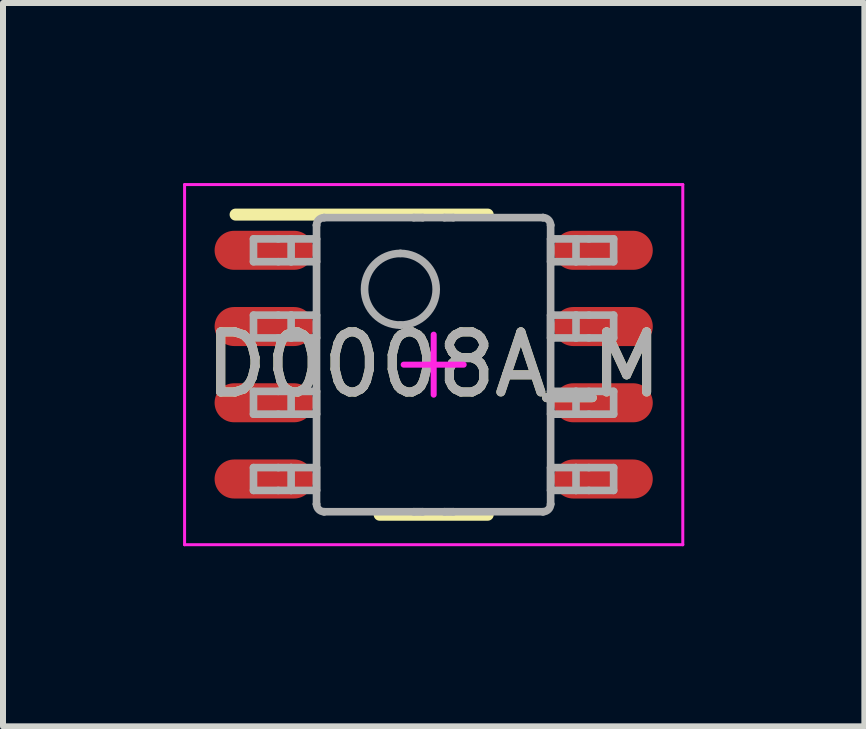
<source format=kicad_pcb>
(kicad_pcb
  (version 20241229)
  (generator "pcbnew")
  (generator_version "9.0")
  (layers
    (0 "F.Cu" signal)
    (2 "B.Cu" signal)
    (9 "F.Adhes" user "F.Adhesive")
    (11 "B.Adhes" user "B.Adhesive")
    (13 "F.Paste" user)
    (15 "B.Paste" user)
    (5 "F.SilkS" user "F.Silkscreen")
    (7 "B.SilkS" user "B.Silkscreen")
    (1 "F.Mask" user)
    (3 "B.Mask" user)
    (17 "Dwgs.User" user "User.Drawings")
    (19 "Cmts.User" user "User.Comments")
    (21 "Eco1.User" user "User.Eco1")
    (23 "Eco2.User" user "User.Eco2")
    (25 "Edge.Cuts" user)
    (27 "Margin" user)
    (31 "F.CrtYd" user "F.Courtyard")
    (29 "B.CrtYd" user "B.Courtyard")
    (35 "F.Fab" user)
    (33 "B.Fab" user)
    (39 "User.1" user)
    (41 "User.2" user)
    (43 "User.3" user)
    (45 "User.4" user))
  (footprint "D0008A_M"
    (layer "F.Cu")
    (at 4.175 3.025)
    (property "Reference" "D0008A_M" (at 0 0 0) (unlocked yes) (layer "F.SilkS") (effects (font (size 1 1) (thickness 0.15))))
    (attr smd)
    (fp_line (start -3.3 -2.5) (end 0.9 -2.5) (stroke (width 0.2) (type solid)) (layer "F.SilkS"))
    (fp_line (start -0.9 2.5) (end 0.9 2.5) (stroke (width 0.2) (type solid)) (layer "F.SilkS"))
    (fp_line (start -4.15 -3) (end 4.15 -3) (stroke (width 0.05) (type solid)) (layer "F.CrtYd"))
    (fp_line (start -4.15 3) (end -4.15 -3) (stroke (width 0.05) (type solid)) (layer "F.CrtYd"))
    (fp_line (start -4.15 3) (end 4.15 3) (stroke (width 0.05) (type solid)) (layer "F.CrtYd"))
    (fp_line (start -0.5 0) (end 0.5 0) (stroke (width 0.1) (type solid)) (layer "F.CrtYd"))
    (fp_line (start 0 0.5) (end 0 -0.5) (stroke (width 0.1) (type solid)) (layer "F.CrtYd"))
    (fp_line (start 4.15 3) (end 4.15 -3) (stroke (width 0.05) (type solid)) (layer "F.CrtYd"))
    (fp_line (start -3.002 -2.095) (end -2.589 -2.095) (stroke (width 0.127) (type solid)) (layer "F.Fab"))
    (fp_line (start -3.002 -1.715) (end -3.002 -2.095) (stroke (width 0.127) (type solid)) (layer "F.Fab"))
    (fp_line (start -3.002 -1.715) (end -2.589 -1.715) (stroke (width 0.127) (type solid)) (layer "F.Fab"))
    (fp_line (start -3.002 -0.825) (end -2.589 -0.825) (stroke (width 0.127) (type solid)) (layer "F.Fab"))
    (fp_line (start -3.002 -0.445) (end -3.002 -0.825) (stroke (width 0.127) (type solid)) (layer "F.Fab"))
    (fp_line (start -3.002 -0.445) (end -2.589 -0.445) (stroke (width 0.127) (type solid)) (layer "F.Fab"))
    (fp_line (start -3.002 0.445) (end -2.589 0.445) (stroke (width 0.127) (type solid)) (layer "F.Fab"))
    (fp_line (start -3.002 0.825) (end -3.002 0.445) (stroke (width 0.127) (type solid)) (layer "F.Fab"))
    (fp_line (start -3.002 0.825) (end -2.589 0.825) (stroke (width 0.127) (type solid)) (layer "F.Fab"))
    (fp_line (start -3.002 1.715) (end -2.589 1.715) (stroke (width 0.127) (type solid)) (layer "F.Fab"))
    (fp_line (start -3.002 2.095) (end -3.002 1.715) (stroke (width 0.127) (type solid)) (layer "F.Fab"))
    (fp_line (start -3.002 2.095) (end -2.589 2.095) (stroke (width 0.127) (type solid)) (layer "F.Fab"))
    (fp_line (start -2.589 -2.095) (end -2.375 -2.095) (stroke (width 0.127) (type solid)) (layer "F.Fab"))
    (fp_line (start -2.589 -1.715) (end -2.375 -1.715) (stroke (width 0.127) (type solid)) (layer "F.Fab"))
    (fp_line (start -2.589 -0.825) (end -2.375 -0.825) (stroke (width 0.127) (type solid)) (layer "F.Fab"))
    (fp_line (start -2.589 -0.445) (end -2.375 -0.445) (stroke (width 0.127) (type solid)) (layer "F.Fab"))
    (fp_line (start -2.589 0.445) (end -2.375 0.445) (stroke (width 0.127) (type solid)) (layer "F.Fab"))
    (fp_line (start -2.589 0.825) (end -2.375 0.825) (stroke (width 0.127) (type solid)) (layer "F.Fab"))
    (fp_line (start -2.589 1.715) (end -2.375 1.715) (stroke (width 0.127) (type solid)) (layer "F.Fab"))
    (fp_line (start -2.589 2.095) (end -2.375 2.095) (stroke (width 0.127) (type solid)) (layer "F.Fab"))
    (fp_line (start -2.375 -2.095) (end -1.995 -2.095) (stroke (width 0.127) (type solid)) (layer "F.Fab"))
    (fp_line (start -2.375 -1.715) (end -2.375 -2.095) (stroke (width 0.127) (type solid)) (layer "F.Fab"))
    (fp_line (start -2.375 -1.715) (end -1.995 -1.715) (stroke (width 0.127) (type solid)) (layer "F.Fab"))
    (fp_line (start -2.375 -0.825) (end -1.995 -0.825) (stroke (width 0.127) (type solid)) (layer "F.Fab"))
    (fp_line (start -2.375 -0.445) (end -2.375 -0.825) (stroke (width 0.127) (type solid)) (layer "F.Fab"))
    (fp_line (start -2.375 -0.445) (end -1.995 -0.445) (stroke (width 0.127) (type solid)) (layer "F.Fab"))
    (fp_line (start -2.375 0.445) (end -1.995 0.445) (stroke (width 0.127) (type solid)) (layer "F.Fab"))
    (fp_line (start -2.375 0.825) (end -2.375 0.445) (stroke (width 0.127) (type solid)) (layer "F.Fab"))
    (fp_line (start -2.375 0.825) (end -1.995 0.825) (stroke (width 0.127) (type solid)) (layer "F.Fab"))
    (fp_line (start -2.375 1.715) (end -1.995 1.715) (stroke (width 0.127) (type solid)) (layer "F.Fab"))
    (fp_line (start -2.375 2.095) (end -2.375 1.715) (stroke (width 0.127) (type solid)) (layer "F.Fab"))
    (fp_line (start -2.375 2.095) (end -1.995 2.095) (stroke (width 0.127) (type solid)) (layer "F.Fab"))
    (fp_line (start -1.995 -2.095) (end -1.952 -2.095) (stroke (width 0.127) (type solid)) (layer "F.Fab"))
    (fp_line (start -1.995 -1.715) (end -1.952 -1.715) (stroke (width 0.127) (type solid)) (layer "F.Fab"))
    (fp_line (start -1.995 -0.825) (end -1.952 -0.825) (stroke (width 0.127) (type solid)) (layer "F.Fab"))
    (fp_line (start -1.995 -0.445) (end -1.952 -0.445) (stroke (width 0.127) (type solid)) (layer "F.Fab"))
    (fp_line (start -1.995 0.445) (end -1.952 0.445) (stroke (width 0.127) (type solid)) (layer "F.Fab"))
    (fp_line (start -1.995 0.825) (end -1.952 0.825) (stroke (width 0.127) (type solid)) (layer "F.Fab"))
    (fp_line (start -1.995 1.715) (end -1.952 1.715) (stroke (width 0.127) (type solid)) (layer "F.Fab"))
    (fp_line (start -1.995 2.095) (end -1.952 2.095) (stroke (width 0.127) (type solid)) (layer "F.Fab"))
    (fp_line (start -1.952 -2.323) (end -1.952 -2.324) (stroke (width 0.127) (type solid)) (layer "F.Fab"))
    (fp_line (start -1.952 -1.715) (end -1.952 -2.095) (stroke (width 0.127) (type solid)) (layer "F.Fab"))
    (fp_line (start -1.952 -0.445) (end -1.952 -0.825) (stroke (width 0.127) (type solid)) (layer "F.Fab"))
    (fp_line (start -1.952 0.825) (end -1.952 0.445) (stroke (width 0.127) (type solid)) (layer "F.Fab"))
    (fp_line (start -1.952 2.095) (end -1.952 1.715) (stroke (width 0.127) (type solid)) (layer "F.Fab"))
    (fp_line (start -1.952 2.323) (end -1.952 -2.323) (stroke (width 0.127) (type solid)) (layer "F.Fab"))
    (fp_line (start -1.952 2.324) (end -1.952 2.323) (stroke (width 0.127) (type solid)) (layer "F.Fab"))
    (fp_line (start -1.826 -2.45) (end -1.825 -2.45) (stroke (width 0.127) (type solid)) (layer "F.Fab"))
    (fp_line (start -1.826 2.45) (end -1.825 2.45) (stroke (width 0.127) (type solid)) (layer "F.Fab"))
    (fp_line (start -1.825 -2.45) (end -0.332 -2.45) (stroke (width 0.127) (type solid)) (layer "F.Fab"))
    (fp_line (start -1.825 2.45) (end -0.332 2.45) (stroke (width 0.127) (type solid)) (layer "F.Fab"))
    (fp_line (start -0.332 -2.45) (end -0.182 -2.45) (stroke (width 0.127) (type solid)) (layer "F.Fab"))
    (fp_line (start -0.332 -2.45) (end -0.182 -2.45) (stroke (width 0.127) (type solid)) (layer "F.Fab"))
    (fp_line (start -0.332 2.45) (end -0.182 2.45) (stroke (width 0.127) (type solid)) (layer "F.Fab"))
    (fp_line (start -0.332 2.45) (end -0.182 2.45) (stroke (width 0.127) (type solid)) (layer "F.Fab"))
    (fp_line (start -0.182 -2.45) (end 0.178 -2.45) (stroke (width 0.127) (type solid)) (layer "F.Fab"))
    (fp_line (start -0.182 2.45) (end 0.178 2.45) (stroke (width 0.127) (type solid)) (layer "F.Fab"))
    (fp_line (start 0.178 -2.45) (end 0.328 -2.45) (stroke (width 0.127) (type solid)) (layer "F.Fab"))
    (fp_line (start 0.178 -2.45) (end 0.328 -2.45) (stroke (width 0.127) (type solid)) (layer "F.Fab"))
    (fp_line (start 0.178 2.45) (end 0.328 2.45) (stroke (width 0.127) (type solid)) (layer "F.Fab"))
    (fp_line (start 0.178 2.45) (end 0.328 2.45) (stroke (width 0.127) (type solid)) (layer "F.Fab"))
    (fp_line (start 0.328 -2.45) (end 1.821 -2.45) (stroke (width 0.127) (type solid)) (layer "F.Fab"))
    (fp_line (start 0.328 2.45) (end 1.821 2.45) (stroke (width 0.127) (type solid)) (layer "F.Fab"))
    (fp_line (start 1.821 -2.45) (end 1.822 -2.45) (stroke (width 0.127) (type solid)) (layer "F.Fab"))
    (fp_line (start 1.821 2.45) (end 1.822 2.45) (stroke (width 0.127) (type solid)) (layer "F.Fab"))
    (fp_line (start 1.948 -2.323) (end 1.948 -2.324) (stroke (width 0.127) (type solid)) (layer "F.Fab"))
    (fp_line (start 1.948 -2.095) (end 1.991 -2.095) (stroke (width 0.127) (type solid)) (layer "F.Fab"))
    (fp_line (start 1.948 -1.715) (end 1.948 -2.095) (stroke (width 0.127) (type solid)) (layer "F.Fab"))
    (fp_line (start 1.948 -1.715) (end 1.991 -1.715) (stroke (width 0.127) (type solid)) (layer "F.Fab"))
    (fp_line (start 1.948 -0.825) (end 1.991 -0.825) (stroke (width 0.127) (type solid)) (layer "F.Fab"))
    (fp_line (start 1.948 -0.445) (end 1.948 -0.825) (stroke (width 0.127) (type solid)) (layer "F.Fab"))
    (fp_line (start 1.948 -0.445) (end 1.991 -0.445) (stroke (width 0.127) (type solid)) (layer "F.Fab"))
    (fp_line (start 1.948 0.445) (end 1.991 0.445) (stroke (width 0.127) (type solid)) (layer "F.Fab"))
    (fp_line (start 1.948 0.825) (end 1.948 0.445) (stroke (width 0.127) (type solid)) (layer "F.Fab"))
    (fp_line (start 1.948 0.825) (end 1.991 0.825) (stroke (width 0.127) (type solid)) (layer "F.Fab"))
    (fp_line (start 1.948 1.715) (end 1.991 1.715) (stroke (width 0.127) (type solid)) (layer "F.Fab"))
    (fp_line (start 1.948 2.095) (end 1.948 1.715) (stroke (width 0.127) (type solid)) (layer "F.Fab"))
    (fp_line (start 1.948 2.095) (end 1.991 2.095) (stroke (width 0.127) (type solid)) (layer "F.Fab"))
    (fp_line (start 1.948 2.323) (end 1.948 -2.323) (stroke (width 0.127) (type solid)) (layer "F.Fab"))
    (fp_line (start 1.948 2.324) (end 1.948 2.323) (stroke (width 0.127) (type solid)) (layer "F.Fab"))
    (fp_line (start 1.991 -2.095) (end 2.371 -2.095) (stroke (width 0.127) (type solid)) (layer "F.Fab"))
    (fp_line (start 1.991 -1.715) (end 2.371 -1.715) (stroke (width 0.127) (type solid)) (layer "F.Fab"))
    (fp_line (start 1.991 -0.825) (end 2.371 -0.825) (stroke (width 0.127) (type solid)) (layer "F.Fab"))
    (fp_line (start 1.991 -0.445) (end 2.371 -0.445) (stroke (width 0.127) (type solid)) (layer "F.Fab"))
    (fp_line (start 1.991 0.445) (end 2.371 0.445) (stroke (width 0.127) (type solid)) (layer "F.Fab"))
    (fp_line (start 1.991 0.825) (end 2.371 0.825) (stroke (width 0.127) (type solid)) (layer "F.Fab"))
    (fp_line (start 1.991 1.715) (end 2.371 1.715) (stroke (width 0.127) (type solid)) (layer "F.Fab"))
    (fp_line (start 1.991 2.095) (end 2.371 2.095) (stroke (width 0.127) (type solid)) (layer "F.Fab"))
    (fp_line (start 2.371 -2.095) (end 2.585 -2.095) (stroke (width 0.127) (type solid)) (layer "F.Fab"))
    (fp_line (start 2.371 -1.715) (end 2.371 -2.095) (stroke (width 0.127) (type solid)) (layer "F.Fab"))
    (fp_line (start 2.371 -1.715) (end 2.585 -1.715) (stroke (width 0.127) (type solid)) (layer "F.Fab"))
    (fp_line (start 2.371 -0.825) (end 2.585 -0.825) (stroke (width 0.127) (type solid)) (layer "F.Fab"))
    (fp_line (start 2.371 -0.445) (end 2.371 -0.825) (stroke (width 0.127) (type solid)) (layer "F.Fab"))
    (fp_line (start 2.371 -0.445) (end 2.585 -0.445) (stroke (width 0.127) (type solid)) (layer "F.Fab"))
    (fp_line (start 2.371 0.445) (end 2.585 0.445) (stroke (width 0.127) (type solid)) (layer "F.Fab"))
    (fp_line (start 2.371 0.825) (end 2.371 0.445) (stroke (width 0.127) (type solid)) (layer "F.Fab"))
    (fp_line (start 2.371 0.825) (end 2.585 0.825) (stroke (width 0.127) (type solid)) (layer "F.Fab"))
    (fp_line (start 2.371 1.715) (end 2.585 1.715) (stroke (width 0.127) (type solid)) (layer "F.Fab"))
    (fp_line (start 2.371 2.095) (end 2.371 1.715) (stroke (width 0.127) (type solid)) (layer "F.Fab"))
    (fp_line (start 2.371 2.095) (end 2.585 2.095) (stroke (width 0.127) (type solid)) (layer "F.Fab"))
    (fp_line (start 2.585 -2.095) (end 2.998 -2.095) (stroke (width 0.127) (type solid)) (layer "F.Fab"))
    (fp_line (start 2.585 -1.715) (end 2.998 -1.715) (stroke (width 0.127) (type solid)) (layer "F.Fab"))
    (fp_line (start 2.585 -0.825) (end 2.998 -0.825) (stroke (width 0.127) (type solid)) (layer "F.Fab"))
    (fp_line (start 2.585 -0.445) (end 2.998 -0.445) (stroke (width 0.127) (type solid)) (layer "F.Fab"))
    (fp_line (start 2.585 0.445) (end 2.998 0.445) (stroke (width 0.127) (type solid)) (layer "F.Fab"))
    (fp_line (start 2.585 0.825) (end 2.998 0.825) (stroke (width 0.127) (type solid)) (layer "F.Fab"))
    (fp_line (start 2.585 1.715) (end 2.998 1.715) (stroke (width 0.127) (type solid)) (layer "F.Fab"))
    (fp_line (start 2.585 2.095) (end 2.998 2.095) (stroke (width 0.127) (type solid)) (layer "F.Fab"))
    (fp_line (start 2.998 -1.715) (end 2.998 -2.095) (stroke (width 0.127) (type solid)) (layer "F.Fab"))
    (fp_line (start 2.998 -0.445) (end 2.998 -0.825) (stroke (width 0.127) (type solid)) (layer "F.Fab"))
    (fp_line (start 2.998 0.825) (end 2.998 0.445) (stroke (width 0.127) (type solid)) (layer "F.Fab"))
    (fp_line (start 2.998 2.095) (end 2.998 1.715) (stroke (width 0.127) (type solid)) (layer "F.Fab"))
    (fp_arc (start -1.952002 -2.323941) (mid -1.914806 -2.412806) (end -1.825941 -2.450002) (stroke (width 0.127) (type solid)) (layer "F.Fab"))
    (fp_arc (start -1.825941 2.449992) (mid -1.914806 2.412795) (end -1.952002 2.323931) (stroke (width 0.127) (type solid)) (layer "F.Fab"))
    (fp_arc (start -0.555 -1.8531) (mid 0.0419 -1.2562) (end -0.555 -0.6593) (stroke (width 0.127) (type solid)) (layer "F.Fab"))
    (fp_arc (start -0.555 -0.6593) (mid -1.1519 -1.2562) (end -0.555 -1.8531) (stroke (width 0.127) (type solid)) (layer "F.Fab"))
    (fp_arc (start 1.821933 -2.450002) (mid 1.910797 -2.412806) (end 1.947994 -2.323941) (stroke (width 0.127) (type solid)) (layer "F.Fab"))
    (fp_arc (start 1.947994 2.323931) (mid 1.910797 2.412795) (end 1.821933 2.449992) (stroke (width 0.127) (type solid)) (layer "F.Fab"))
    (fp_text user "${REFERENCE}" (at 0 0 0) (unlocked yes) (layer "F.Fab") (effects (font (size 1 1) (thickness 0.15))))
    (pad "1" smd oval (at -2.825 -1.905 90) (size 0.65 1.65) (layers "F.Cu" "F.Mask" "F.Paste"))
    (pad "2" smd oval (at -2.825 -0.635 90) (size 0.65 1.65) (layers "F.Cu" "F.Mask" "F.Paste"))
    (pad "3" smd oval (at -2.825 0.635 90) (size 0.65 1.65) (layers "F.Cu" "F.Mask" "F.Paste"))
    (pad "4" smd oval (at -2.825 1.905 90) (size 0.65 1.65) (layers "F.Cu" "F.Mask" "F.Paste"))
    (pad "5" smd oval (at 2.825 1.905 90) (size 0.65 1.65) (layers "F.Cu" "F.Mask" "F.Paste"))
    (pad "6" smd oval (at 2.825 0.635 90) (size 0.65 1.65) (layers "F.Cu" "F.Mask" "F.Paste"))
    (pad "7" smd oval (at 2.825 -0.635 90) (size 0.65 1.65) (layers "F.Cu" "F.Mask" "F.Paste"))
    (pad "8" smd oval (at 2.825 -1.905 90) (size 0.65 1.65) (layers "F.Cu" "F.Mask" "F.Paste")))
  (gr_rect
    (start -3 -3)
    (end 11.35 9.05)
    (stroke (width 0.1) (type default))
    (fill no)
    (layer "Edge.Cuts")))
</source>
